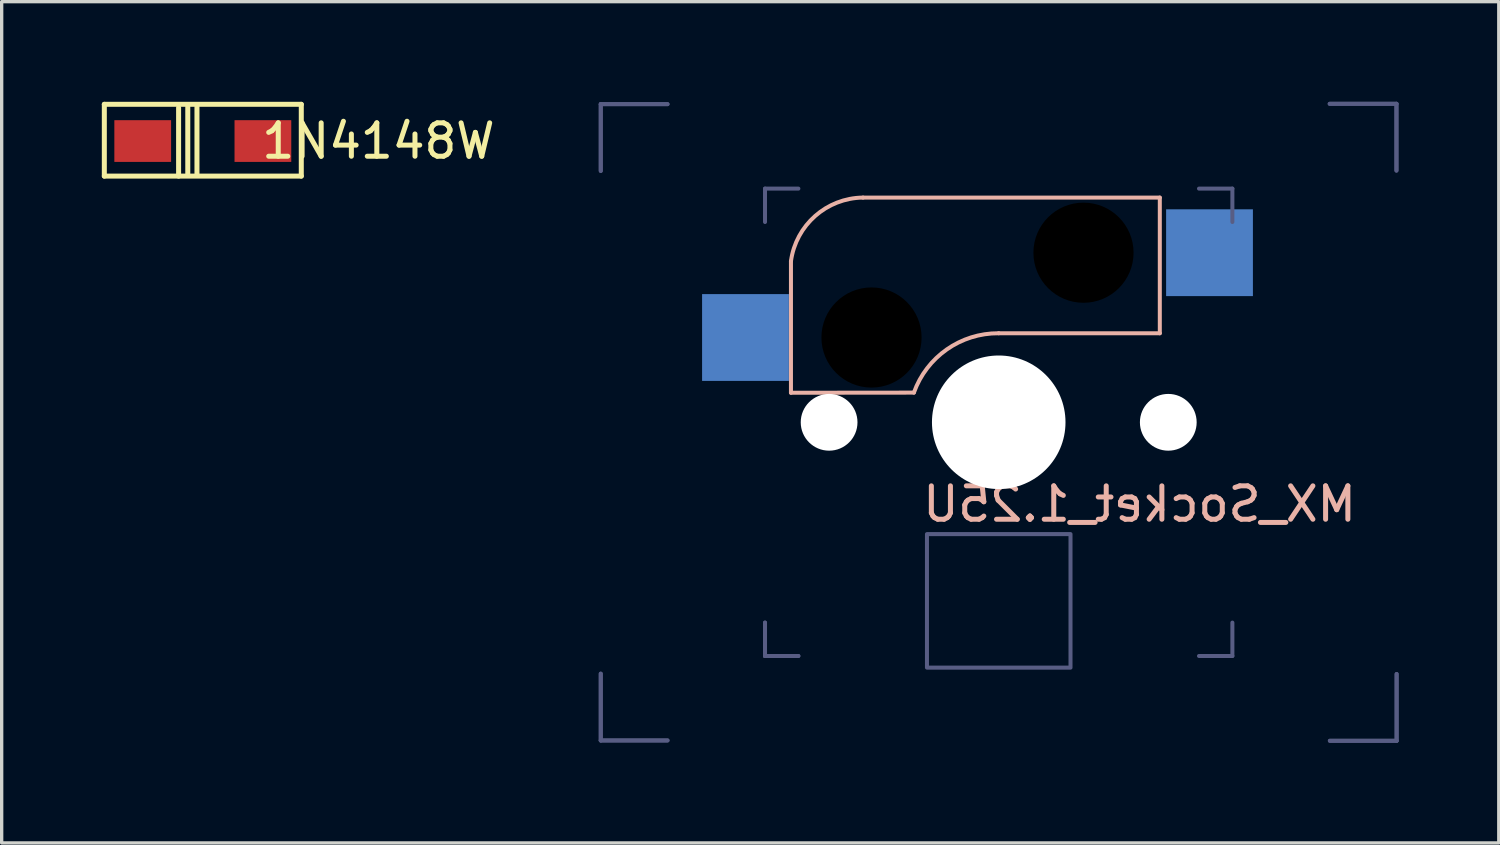
<source format=kicad_pcb>
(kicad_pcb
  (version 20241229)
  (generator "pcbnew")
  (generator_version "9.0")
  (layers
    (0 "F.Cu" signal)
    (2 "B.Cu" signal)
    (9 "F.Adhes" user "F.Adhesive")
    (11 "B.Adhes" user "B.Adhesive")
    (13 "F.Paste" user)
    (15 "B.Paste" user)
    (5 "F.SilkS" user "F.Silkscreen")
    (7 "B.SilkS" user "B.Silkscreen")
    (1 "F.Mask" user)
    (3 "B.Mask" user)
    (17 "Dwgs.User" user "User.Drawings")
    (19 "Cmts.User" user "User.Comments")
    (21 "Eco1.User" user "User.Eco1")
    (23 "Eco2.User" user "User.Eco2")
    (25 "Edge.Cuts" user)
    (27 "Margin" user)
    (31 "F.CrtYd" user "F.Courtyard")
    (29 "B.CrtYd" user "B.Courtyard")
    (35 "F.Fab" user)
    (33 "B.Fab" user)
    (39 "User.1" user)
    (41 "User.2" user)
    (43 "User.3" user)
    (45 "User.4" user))
  (footprint "MX_Socket_1.25U"
    (layer "F.Cu")
    (at 26.867 9.599)
    (property "Reference" "MX_Socket_1.25U" (at 4.22 2.45 0) (unlocked yes) (layer "B.SilkS") (effects (font (size 1 1) (thickness 0.15)) (justify mirror)))
    (attr through_hole)
    (fp_line (start -6.224 -0.884) (end -6.224 -4.825) (stroke (width 0.12) (type solid)) (layer "B.SilkS"))
    (fp_line (start -6.224 -0.884) (end -2.541 -0.888) (stroke (width 0.12) (type solid)) (layer "B.SilkS"))
    (fp_line (start -0.001 -2.666) (end 4.825 -2.666) (stroke (width 0.12) (type solid)) (layer "B.SilkS"))
    (fp_line (start 4.825 -6.73) (end -4.065 -6.73) (stroke (width 0.12) (type solid)) (layer "B.SilkS"))
    (fp_line (start 4.825 -2.666) (end 4.825 -6.73) (stroke (width 0.12) (type solid)) (layer "B.SilkS"))
    (fp_arc (start -6.224082 -4.825261) (mid -5.498787 -6.179195) (end -4.065082 -6.730261) (stroke (width 0.12) (type solid)) (layer "B.SilkS"))
    (fp_arc (start -2.541082 -0.888261) (mid -1.554773 -2.182533) (end -0.001082 -2.666261) (stroke (width 0.12) (type solid)) (layer "B.SilkS"))
    (fp_line (start -11.921 -9.529) (end -11.921 -7.529) (stroke (width 0.12) (type solid)) (layer "B.Fab"))
    (fp_line (start -11.921 -9.529) (end -11.921 -7.529) (stroke (width 0.12) (type solid)) (layer "B.Fab"))
    (fp_line (start -11.921 9.531) (end -11.921 7.531) (stroke (width 0.12) (type solid)) (layer "B.Fab"))
    (fp_line (start -11.921 9.531) (end -11.921 7.531) (stroke (width 0.12) (type solid)) (layer "B.Fab"))
    (fp_line (start -11.921 9.531) (end -9.921 9.531) (stroke (width 0.12) (type solid)) (layer "B.Fab"))
    (fp_line (start -11.921 9.531) (end -9.921 9.531) (stroke (width 0.12) (type solid)) (layer "B.Fab"))
    (fp_line (start -9.921 -9.529) (end -11.921 -9.529) (stroke (width 0.12) (type solid)) (layer "B.Fab"))
    (fp_line (start -9.921 -9.529) (end -11.921 -9.529) (stroke (width 0.12) (type solid)) (layer "B.Fab"))
    (fp_line (start -7.001 -6.999) (end -6.001 -6.999) (stroke (width 0.12) (type solid)) (layer "B.Fab"))
    (fp_line (start -7.001 -5.999) (end -7.001 -6.999) (stroke (width 0.12) (type solid)) (layer "B.Fab"))
    (fp_line (start -7.001 6.001) (end -7.001 7.001) (stroke (width 0.12) (type solid)) (layer "B.Fab"))
    (fp_line (start -7.001 6.001) (end -7.001 7.001) (stroke (width 0.12) (type solid)) (layer "B.Fab"))
    (fp_line (start -7.001 7.001) (end -6.001 7.001) (stroke (width 0.12) (type solid)) (layer "B.Fab"))
    (fp_line (start -7.001 7.001) (end -6.001 7.001) (stroke (width 0.12) (type solid)) (layer "B.Fab"))
    (fp_line (start 5.999 7.001) (end 6.999 7.001) (stroke (width 0.12) (type solid)) (layer "B.Fab"))
    (fp_line (start 6.999 -6.999) (end 5.999 -6.999) (stroke (width 0.12) (type solid)) (layer "B.Fab"))
    (fp_line (start 6.999 -6.999) (end 6.999 -5.999) (stroke (width 0.12) (type solid)) (layer "B.Fab"))
    (fp_line (start 6.999 7.001) (end 6.999 6.001) (stroke (width 0.12) (type solid)) (layer "B.Fab"))
    (fp_line (start 9.919 9.541) (end 11.919 9.541) (stroke (width 0.12) (type solid)) (layer "B.Fab"))
    (fp_line (start 9.919 9.541) (end 11.919 9.541) (stroke (width 0.12) (type solid)) (layer "B.Fab"))
    (fp_line (start 11.914 -9.539) (end 9.914 -9.539) (stroke (width 0.12) (type solid)) (layer "B.Fab"))
    (fp_line (start 11.914 -9.539) (end 9.914 -9.539) (stroke (width 0.12) (type solid)) (layer "B.Fab"))
    (fp_line (start 11.914 -7.539) (end 11.914 -9.539) (stroke (width 0.12) (type solid)) (layer "B.Fab"))
    (fp_line (start 11.914 -7.539) (end 11.914 -9.539) (stroke (width 0.12) (type solid)) (layer "B.Fab"))
    (fp_line (start 11.919 9.541) (end 11.919 7.541) (stroke (width 0.12) (type solid)) (layer "B.Fab"))
    (fp_line (start 11.919 9.541) (end 11.919 7.541) (stroke (width 0.12) (type solid)) (layer "B.Fab"))
    (fp_rect (start -2.15 3.35) (end 2.15 7.35) (stroke (width 0.12) (type default)) (fill no) (layer "B.Fab"))
    (pad "" np_thru_hole circle (at -5.081 0.001 90) (size 1.7 1.7) (drill 1.7) (layers "*.Cu" "*.Mask"))
    (pad "" np_thru_hole circle (at -3.811 -2.539 180) (size 3 3) (drill 3) (layers "*.Mask"))
    (pad "" np_thru_hole circle (at 0 0 270) (size 4 4) (drill 4) (layers "*.Cu" "*.Mask"))
    (pad "" np_thru_hole circle (at 2.539 -5.079 180) (size 3 3) (drill 3) (layers "*.Mask"))
    (pad "" np_thru_hole circle (at 5.079 0.001 90) (size 1.7 1.7) (drill 1.7) (layers "*.Cu" "*.Mask"))
    (pad "1" smd rect (at 6.314 -5.079 180) (size 2.6 2.6) (layers "B.Cu" "B.Mask" "B.Paste"))
    (pad "2" smd rect (at -7.586 -2.539 180) (size 2.6 2.6) (layers "B.Cu" "B.Mask" "B.Paste")))
  (footprint "1N4148W"
    (layer "F.Cu")
    (at 3.025 1.175)
    (property "Reference" "1N4148W" (at 5.26 0 0) (unlocked yes) (layer "F.SilkS") (effects (font (size 1 1) (thickness 0.15))))
    (attr smd)
    (fp_line (start -2.95 -1.1) (end 2.95 -1.1) (stroke (width 0.15) (type solid)) (layer "F.SilkS"))
    (fp_line (start -2.95 1.05) (end -2.95 -1.1) (stroke (width 0.15) (type solid)) (layer "F.SilkS"))
    (fp_line (start -0.725 1.05) (end -0.725 -1) (stroke (width 0.15) (type solid)) (layer "F.SilkS"))
    (fp_line (start -0.45 1.025) (end -0.45 -1.025) (stroke (width 0.15) (type solid)) (layer "F.SilkS"))
    (fp_line (start -0.175 1.025) (end -0.175 -1.025) (stroke (width 0.15) (type solid)) (layer "F.SilkS"))
    (fp_line (start 2.95 -1.1) (end 2.95 1.05) (stroke (width 0.15) (type solid)) (layer "F.SilkS"))
    (fp_line (start 2.95 1.05) (end -2.95 1.05) (stroke (width 0.15) (type solid)) (layer "F.SilkS"))
    (pad "1" smd rect (at -1.8 0) (size 1.7 1.25) (layers "F.Cu" "F.Mask" "F.Paste"))
    (pad "2" smd rect (at 1.8 0) (size 1.7 1.25) (layers "F.Cu" "F.Mask" "F.Paste")))
  (gr_rect
    (start -3 -3)
    (end 41.846 22.2)
    (stroke (width 0.1) (type default))
    (fill no)
    (layer "Edge.Cuts")))
</source>
